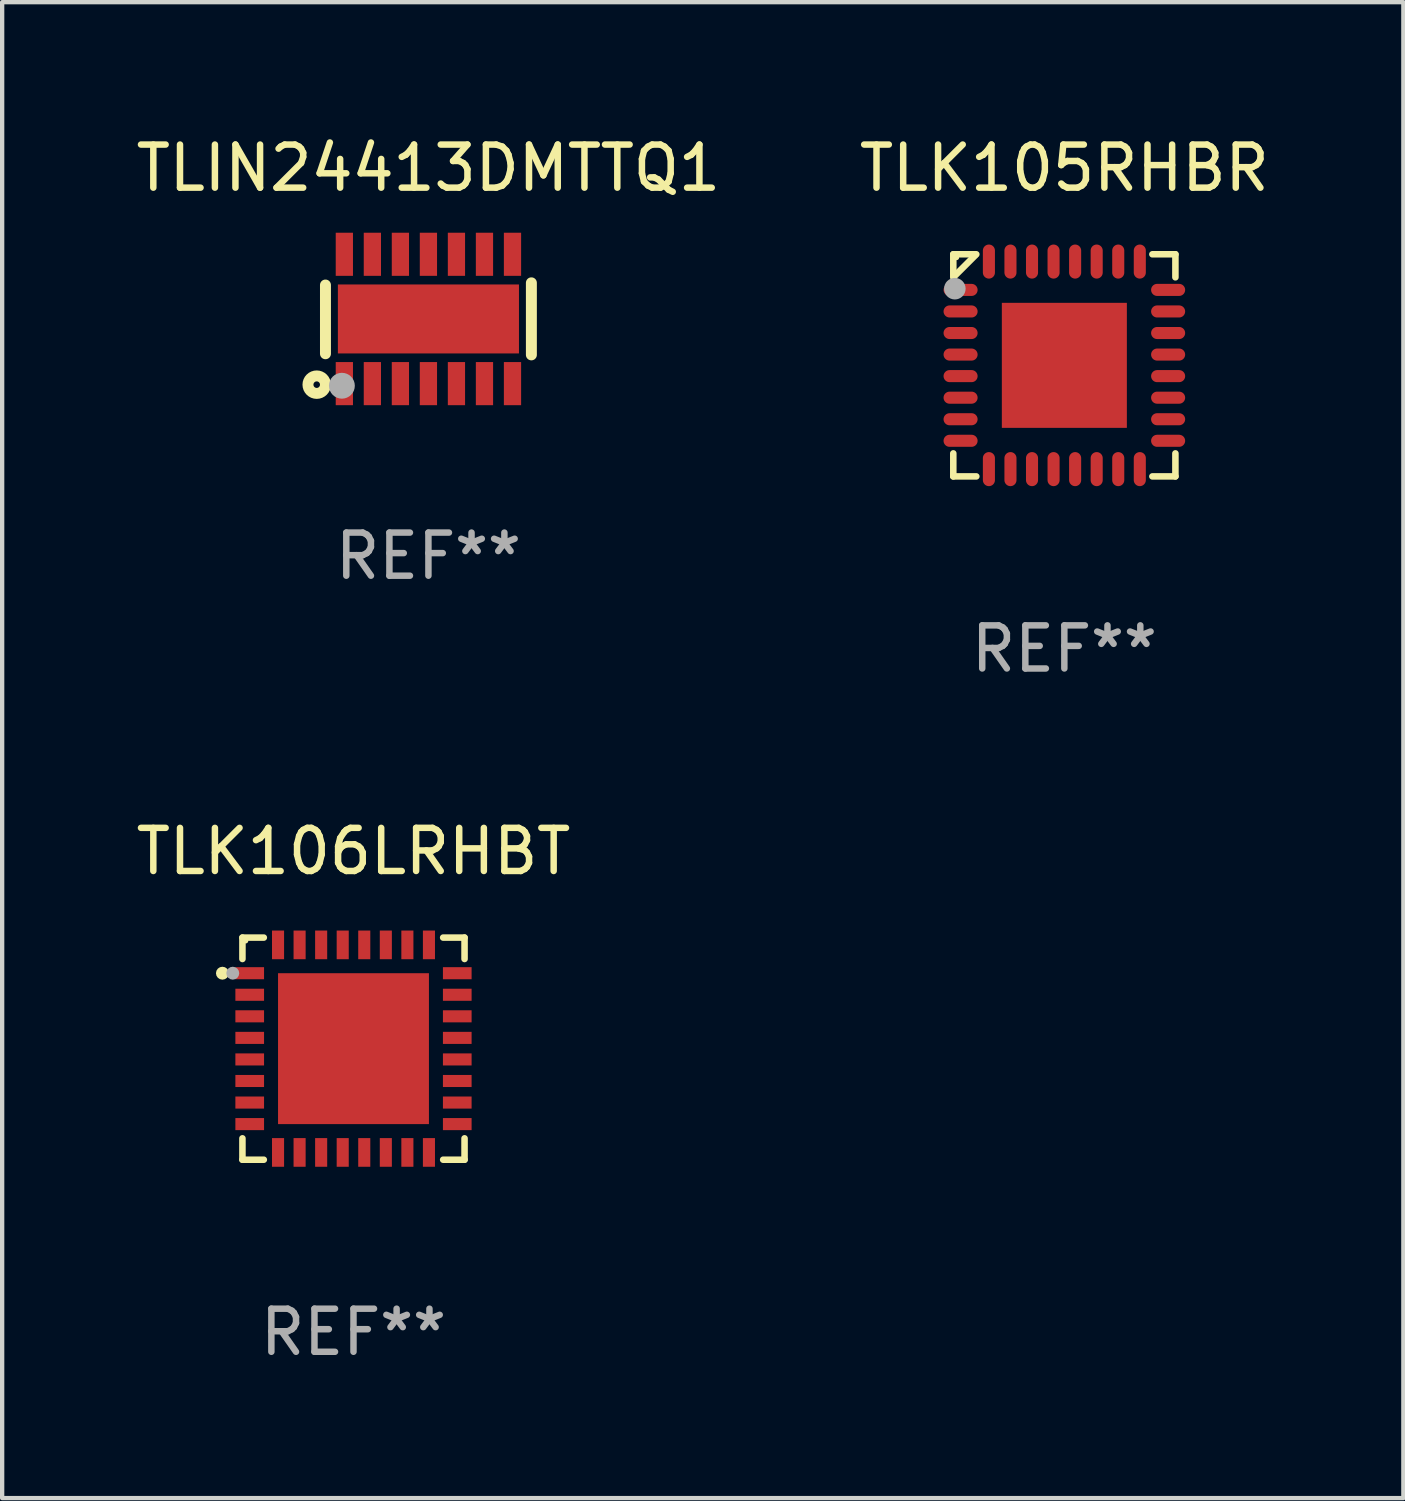
<source format=kicad_pcb>
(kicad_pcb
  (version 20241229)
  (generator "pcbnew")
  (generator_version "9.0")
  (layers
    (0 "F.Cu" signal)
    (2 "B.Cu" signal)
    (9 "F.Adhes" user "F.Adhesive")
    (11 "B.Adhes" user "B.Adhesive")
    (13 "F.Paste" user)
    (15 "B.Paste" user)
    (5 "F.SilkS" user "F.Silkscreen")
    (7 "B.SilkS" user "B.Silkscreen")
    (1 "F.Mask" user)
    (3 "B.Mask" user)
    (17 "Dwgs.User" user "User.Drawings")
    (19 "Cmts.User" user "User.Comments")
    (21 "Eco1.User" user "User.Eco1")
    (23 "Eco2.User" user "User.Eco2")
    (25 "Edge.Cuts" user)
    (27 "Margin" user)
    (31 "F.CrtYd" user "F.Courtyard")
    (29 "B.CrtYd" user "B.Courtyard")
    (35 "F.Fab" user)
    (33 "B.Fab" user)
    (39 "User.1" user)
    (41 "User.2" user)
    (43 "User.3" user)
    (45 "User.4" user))
  (footprint "TLIN24413DMTTQ1"
    (layer "F.Cu")
    (at 6.887 4.348)
    (property "Reference" "TLIN24413DMTTQ1" (at 0 -3.5 0) (layer "F.SilkS") (effects (font (size 1 1) (thickness 0.15))))
    (attr through_hole)
    (fp_line (start -2.388 -0.787) (end -2.388 0.807) (stroke (width 0.254) (type solid)) (layer "F.SilkS"))
    (fp_line (start 2.388 -0.838) (end 2.388 0.833) (stroke (width 0.254) (type solid)) (layer "F.SilkS"))
    (fp_circle (center -2.591 1.524) (end -2.515 1.524) (stroke (width 0.254) (type solid)) (fill no) (layer "F.SilkS"))
    (fp_circle (center -2.25 1.5) (end -2.22 1.5) (stroke (width 0.06) (type solid)) (fill no) (layer "F.SilkS"))
    (fp_circle (center -2.007 1.549) (end -1.857 1.549) (stroke (width 0.3) (type solid)) (fill no) (layer "F.Fab"))
    (fp_text user "REF**" (at 0 5.5 0) (layer "F.Fab") (effects (font (size 1 1) (thickness 0.15))))
    (pad "1" smd rect (at -1.95 1.5 270) (size 1 0.4) (layers "F.Cu" "F.Mask" "F.Paste"))
    (pad "2" smd rect (at -1.3 1.5 270) (size 1 0.4) (layers "F.Cu" "F.Mask" "F.Paste"))
    (pad "3" smd rect (at -0.65 1.5 270) (size 1 0.4) (layers "F.Cu" "F.Mask" "F.Paste"))
    (pad "4" smd rect (at 0 1.5 270) (size 1 0.4) (layers "F.Cu" "F.Mask" "F.Paste"))
    (pad "5" smd rect (at 0.65 1.5 270) (size 1 0.4) (layers "F.Cu" "F.Mask" "F.Paste"))
    (pad "6" smd rect (at 1.3 1.5 270) (size 1 0.4) (layers "F.Cu" "F.Mask" "F.Paste"))
    (pad "7" smd rect (at 1.95 1.5 270) (size 1 0.4) (layers "F.Cu" "F.Mask" "F.Paste"))
    (pad "8" smd rect (at 1.95 -1.5 270) (size 1 0.4) (layers "F.Cu" "F.Mask" "F.Paste"))
    (pad "9" smd rect (at 1.3 -1.5 270) (size 1 0.4) (layers "F.Cu" "F.Mask" "F.Paste"))
    (pad "10" smd rect (at 0.65 -1.5 270) (size 1 0.4) (layers "F.Cu" "F.Mask" "F.Paste"))
    (pad "11" smd rect (at 0 -1.5 270) (size 1 0.4) (layers "F.Cu" "F.Mask" "F.Paste"))
    (pad "12" smd rect (at -0.65 -1.5 270) (size 1 0.4) (layers "F.Cu" "F.Mask" "F.Paste"))
    (pad "13" smd rect (at -1.3 -1.5 270) (size 1 0.4) (layers "F.Cu" "F.Mask" "F.Paste"))
    (pad "14" smd rect (at -1.95 -1.5 270) (size 1 0.4) (layers "F.Cu" "F.Mask" "F.Paste"))
    (pad "15" smd rect (at 0 -0.000127) (size 4.2 1.6) (layers "F.Cu" "F.Mask" "F.Paste")))
  (footprint "TLK105RHBR"
    (layer "F.Cu")
    (at 21.637 5.424)
    (property "Reference" "TLK105RHBR" (at 0 -4.576 0) (layer "F.SilkS") (effects (font (size 1 1) (thickness 0.15))))
    (attr through_hole)
    (fp_line (start -2.576 -2.576) (end -2.042 -2.576) (stroke (width 0.152) (type solid)) (layer "F.SilkS"))
    (fp_line (start -2.576 -2.042) (end -2.576 -2.576) (stroke (width 0.152) (type solid)) (layer "F.SilkS"))
    (fp_line (start -2.576 2.042) (end -2.576 2.576) (stroke (width 0.152) (type solid)) (layer "F.SilkS"))
    (fp_line (start -2.576 2.576) (end -2.042 2.576) (stroke (width 0.152) (type solid)) (layer "F.SilkS"))
    (fp_line (start -2.069 -2.549) (end -2.549 -2.069) (stroke (width 0.152) (type solid)) (layer "F.SilkS"))
    (fp_line (start 2.576 -2.576) (end 2.042 -2.576) (stroke (width 0.152) (type solid)) (layer "F.SilkS"))
    (fp_line (start 2.576 -2.042) (end 2.576 -2.576) (stroke (width 0.152) (type solid)) (layer "F.SilkS"))
    (fp_line (start 2.576 2.042) (end 2.576 2.576) (stroke (width 0.152) (type solid)) (layer "F.SilkS"))
    (fp_line (start 2.576 2.576) (end 2.042 2.576) (stroke (width 0.152) (type solid)) (layer "F.SilkS"))
    (fp_circle (center -2.5 -2.5) (end -2.47 -2.5) (stroke (width 0.06) (type solid)) (fill no) (layer "F.SilkS"))
    (fp_circle (center -2.54 -1.778) (end -2.415 -1.778) (stroke (width 0.25) (type solid)) (fill no) (layer "F.Fab"))
    (fp_text user "REF**" (at 0 6.576 0) (layer "F.Fab") (effects (font (size 1 1) (thickness 0.15))))
    (pad "1" smd oval (at -2.407 -1.75) (size 0.79 0.28) (layers "F.Cu" "F.Mask" "F.Paste"))
    (pad "2" smd oval (at -2.407 -1.25) (size 0.79 0.28) (layers "F.Cu" "F.Mask" "F.Paste"))
    (pad "3" smd oval (at -2.407 -0.75) (size 0.79 0.28) (layers "F.Cu" "F.Mask" "F.Paste"))
    (pad "4" smd oval (at -2.407 -0.25) (size 0.79 0.28) (layers "F.Cu" "F.Mask" "F.Paste"))
    (pad "5" smd oval (at -2.407 0.25) (size 0.79 0.28) (layers "F.Cu" "F.Mask" "F.Paste"))
    (pad "6" smd oval (at -2.407 0.75) (size 0.79 0.28) (layers "F.Cu" "F.Mask" "F.Paste"))
    (pad "7" smd oval (at -2.407 1.25) (size 0.79 0.28) (layers "F.Cu" "F.Mask" "F.Paste"))
    (pad "8" smd oval (at -2.407 1.75) (size 0.79 0.28) (layers "F.Cu" "F.Mask" "F.Paste"))
    (pad "9" smd oval (at -1.75 2.407) (size 0.28 0.79) (layers "F.Cu" "F.Mask" "F.Paste"))
    (pad "10" smd oval (at -1.25 2.407) (size 0.28 0.79) (layers "F.Cu" "F.Mask" "F.Paste"))
    (pad "11" smd oval (at -0.75 2.407) (size 0.28 0.79) (layers "F.Cu" "F.Mask" "F.Paste"))
    (pad "12" smd oval (at -0.25 2.407) (size 0.28 0.79) (layers "F.Cu" "F.Mask" "F.Paste"))
    (pad "13" smd oval (at 0.25 2.407) (size 0.28 0.79) (layers "F.Cu" "F.Mask" "F.Paste"))
    (pad "14" smd oval (at 0.75 2.407) (size 0.28 0.79) (layers "F.Cu" "F.Mask" "F.Paste"))
    (pad "15" smd oval (at 1.25 2.407) (size 0.28 0.79) (layers "F.Cu" "F.Mask" "F.Paste"))
    (pad "16" smd oval (at 1.75 2.407) (size 0.28 0.79) (layers "F.Cu" "F.Mask" "F.Paste"))
    (pad "17" smd oval (at 2.407 1.75) (size 0.79 0.28) (layers "F.Cu" "F.Mask" "F.Paste"))
    (pad "18" smd oval (at 2.407 1.25) (size 0.79 0.28) (layers "F.Cu" "F.Mask" "F.Paste"))
    (pad "19" smd oval (at 2.407 0.75) (size 0.79 0.28) (layers "F.Cu" "F.Mask" "F.Paste"))
    (pad "20" smd oval (at 2.407 0.25) (size 0.79 0.28) (layers "F.Cu" "F.Mask" "F.Paste"))
    (pad "21" smd oval (at 2.407 -0.25) (size 0.79 0.28) (layers "F.Cu" "F.Mask" "F.Paste"))
    (pad "22" smd oval (at 2.407 -0.75) (size 0.79 0.28) (layers "F.Cu" "F.Mask" "F.Paste"))
    (pad "23" smd oval (at 2.407 -1.25) (size 0.79 0.28) (layers "F.Cu" "F.Mask" "F.Paste"))
    (pad "24" smd oval (at 2.407 -1.75) (size 0.79 0.28) (layers "F.Cu" "F.Mask" "F.Paste"))
    (pad "25" smd oval (at 1.75 -2.407) (size 0.28 0.79) (layers "F.Cu" "F.Mask" "F.Paste"))
    (pad "26" smd oval (at 1.25 -2.407) (size 0.28 0.79) (layers "F.Cu" "F.Mask" "F.Paste"))
    (pad "27" smd oval (at 0.75 -2.407) (size 0.28 0.79) (layers "F.Cu" "F.Mask" "F.Paste"))
    (pad "28" smd oval (at 0.25 -2.407) (size 0.28 0.79) (layers "F.Cu" "F.Mask" "F.Paste"))
    (pad "29" smd oval (at -0.25 -2.407) (size 0.28 0.79) (layers "F.Cu" "F.Mask" "F.Paste"))
    (pad "30" smd oval (at -0.75 -2.407) (size 0.28 0.79) (layers "F.Cu" "F.Mask" "F.Paste"))
    (pad "31" smd oval (at -1.25 -2.407) (size 0.28 0.79) (layers "F.Cu" "F.Mask" "F.Paste"))
    (pad "32" smd oval (at -1.75 -2.407) (size 0.28 0.79) (layers "F.Cu" "F.Mask" "F.Paste"))
    (pad "33" smd rect (at 0 0) (size 2.9 2.9) (layers "F.Cu" "F.Mask" "F.Paste")))
  (footprint "TLK106LRHBT"
    (layer "F.Cu")
    (at 5.149 21.273)
    (property "Reference" "TLK106LRHBT" (at 0 -4.576 0) (layer "F.SilkS") (effects (font (size 1 1) (thickness 0.15))))
    (attr through_hole)
    (fp_line (start -2.576 -2.576) (end -2.576 -2.08) (stroke (width 0.152) (type solid)) (layer "F.SilkS"))
    (fp_line (start -2.576 2.576) (end -2.576 2.08) (stroke (width 0.152) (type solid)) (layer "F.SilkS"))
    (fp_line (start -2.08 -2.576) (end -2.576 -2.576) (stroke (width 0.152) (type solid)) (layer "F.SilkS"))
    (fp_line (start -2.08 2.576) (end -2.576 2.576) (stroke (width 0.152) (type solid)) (layer "F.SilkS"))
    (fp_line (start 2.08 -2.576) (end 2.576 -2.576) (stroke (width 0.152) (type solid)) (layer "F.SilkS"))
    (fp_line (start 2.08 2.576) (end 2.576 2.576) (stroke (width 0.152) (type solid)) (layer "F.SilkS"))
    (fp_line (start 2.576 -2.576) (end 2.576 -2.08) (stroke (width 0.152) (type solid)) (layer "F.SilkS"))
    (fp_line (start 2.576 2.576) (end 2.576 2.08) (stroke (width 0.152) (type solid)) (layer "F.SilkS"))
    (fp_circle (center -3.04 -1.75) (end -2.965 -1.75) (stroke (width 0.15) (type solid)) (fill no) (layer "F.SilkS"))
    (fp_circle (center -2.5 -2.5) (end -2.47 -2.5) (stroke (width 0.06) (type solid)) (fill no) (layer "F.SilkS"))
    (fp_circle (center -2.8 -1.75) (end -2.725 -1.75) (stroke (width 0.15) (type solid)) (fill no) (layer "F.Fab"))
    (fp_text user "REF**" (at 0 6.576 0) (layer "F.Fab") (effects (font (size 1 1) (thickness 0.15))))
    (pad "1" smd rect (at -2.407 -1.75) (size 0.665 0.28) (layers "F.Cu" "F.Mask" "F.Paste"))
    (pad "2" smd rect (at -2.407 -1.25) (size 0.665 0.28) (layers "F.Cu" "F.Mask" "F.Paste"))
    (pad "3" smd rect (at -2.407 -0.75) (size 0.665 0.28) (layers "F.Cu" "F.Mask" "F.Paste"))
    (pad "4" smd rect (at -2.407 -0.25) (size 0.665 0.28) (layers "F.Cu" "F.Mask" "F.Paste"))
    (pad "5" smd rect (at -2.407 0.25) (size 0.665 0.28) (layers "F.Cu" "F.Mask" "F.Paste"))
    (pad "6" smd rect (at -2.407 0.75) (size 0.665 0.28) (layers "F.Cu" "F.Mask" "F.Paste"))
    (pad "7" smd rect (at -2.407 1.25) (size 0.665 0.28) (layers "F.Cu" "F.Mask" "F.Paste"))
    (pad "8" smd rect (at -2.407 1.75) (size 0.665 0.28) (layers "F.Cu" "F.Mask" "F.Paste"))
    (pad "9" smd rect (at -1.75 2.407) (size 0.28 0.665) (layers "F.Cu" "F.Mask" "F.Paste"))
    (pad "10" smd rect (at -1.25 2.407) (size 0.28 0.665) (layers "F.Cu" "F.Mask" "F.Paste"))
    (pad "11" smd rect (at -0.75 2.407) (size 0.28 0.665) (layers "F.Cu" "F.Mask" "F.Paste"))
    (pad "12" smd rect (at -0.25 2.407) (size 0.28 0.665) (layers "F.Cu" "F.Mask" "F.Paste"))
    (pad "13" smd rect (at 0.25 2.407) (size 0.28 0.665) (layers "F.Cu" "F.Mask" "F.Paste"))
    (pad "14" smd rect (at 0.75 2.407) (size 0.28 0.665) (layers "F.Cu" "F.Mask" "F.Paste"))
    (pad "15" smd rect (at 1.25 2.407) (size 0.28 0.665) (layers "F.Cu" "F.Mask" "F.Paste"))
    (pad "16" smd rect (at 1.75 2.407) (size 0.28 0.665) (layers "F.Cu" "F.Mask" "F.Paste"))
    (pad "17" smd rect (at 2.407 1.75) (size 0.665 0.28) (layers "F.Cu" "F.Mask" "F.Paste"))
    (pad "18" smd rect (at 2.407 1.25) (size 0.665 0.28) (layers "F.Cu" "F.Mask" "F.Paste"))
    (pad "19" smd rect (at 2.407 0.75) (size 0.665 0.28) (layers "F.Cu" "F.Mask" "F.Paste"))
    (pad "20" smd rect (at 2.407 0.25) (size 0.665 0.28) (layers "F.Cu" "F.Mask" "F.Paste"))
    (pad "21" smd rect (at 2.407 -0.25) (size 0.665 0.28) (layers "F.Cu" "F.Mask" "F.Paste"))
    (pad "22" smd rect (at 2.407 -0.75) (size 0.665 0.28) (layers "F.Cu" "F.Mask" "F.Paste"))
    (pad "23" smd rect (at 2.407 -1.25) (size 0.665 0.28) (layers "F.Cu" "F.Mask" "F.Paste"))
    (pad "24" smd rect (at 2.407 -1.75) (size 0.665 0.28) (layers "F.Cu" "F.Mask" "F.Paste"))
    (pad "25" smd rect (at 1.75 -2.407) (size 0.28 0.665) (layers "F.Cu" "F.Mask" "F.Paste"))
    (pad "26" smd rect (at 1.25 -2.407) (size 0.28 0.665) (layers "F.Cu" "F.Mask" "F.Paste"))
    (pad "27" smd rect (at 0.75 -2.407) (size 0.28 0.665) (layers "F.Cu" "F.Mask" "F.Paste"))
    (pad "28" smd rect (at 0.25 -2.407) (size 0.28 0.665) (layers "F.Cu" "F.Mask" "F.Paste"))
    (pad "29" smd rect (at -0.25 -2.407) (size 0.28 0.665) (layers "F.Cu" "F.Mask" "F.Paste"))
    (pad "30" smd rect (at -0.75 -2.407) (size 0.28 0.665) (layers "F.Cu" "F.Mask" "F.Paste"))
    (pad "31" smd rect (at -1.25 -2.407) (size 0.28 0.665) (layers "F.Cu" "F.Mask" "F.Paste"))
    (pad "32" smd rect (at -1.75 -2.407) (size 0.28 0.665) (layers "F.Cu" "F.Mask" "F.Paste"))
    (pad "33" smd rect (at 0 0) (size 3.5 3.5) (layers "F.Cu" "F.Mask" "F.Paste")))
  (gr_rect
    (start -3 -3)
    (end 29.5 31.698)
    (stroke (width 0.1) (type default))
    (fill no)
    (layer "Edge.Cuts")))
</source>
